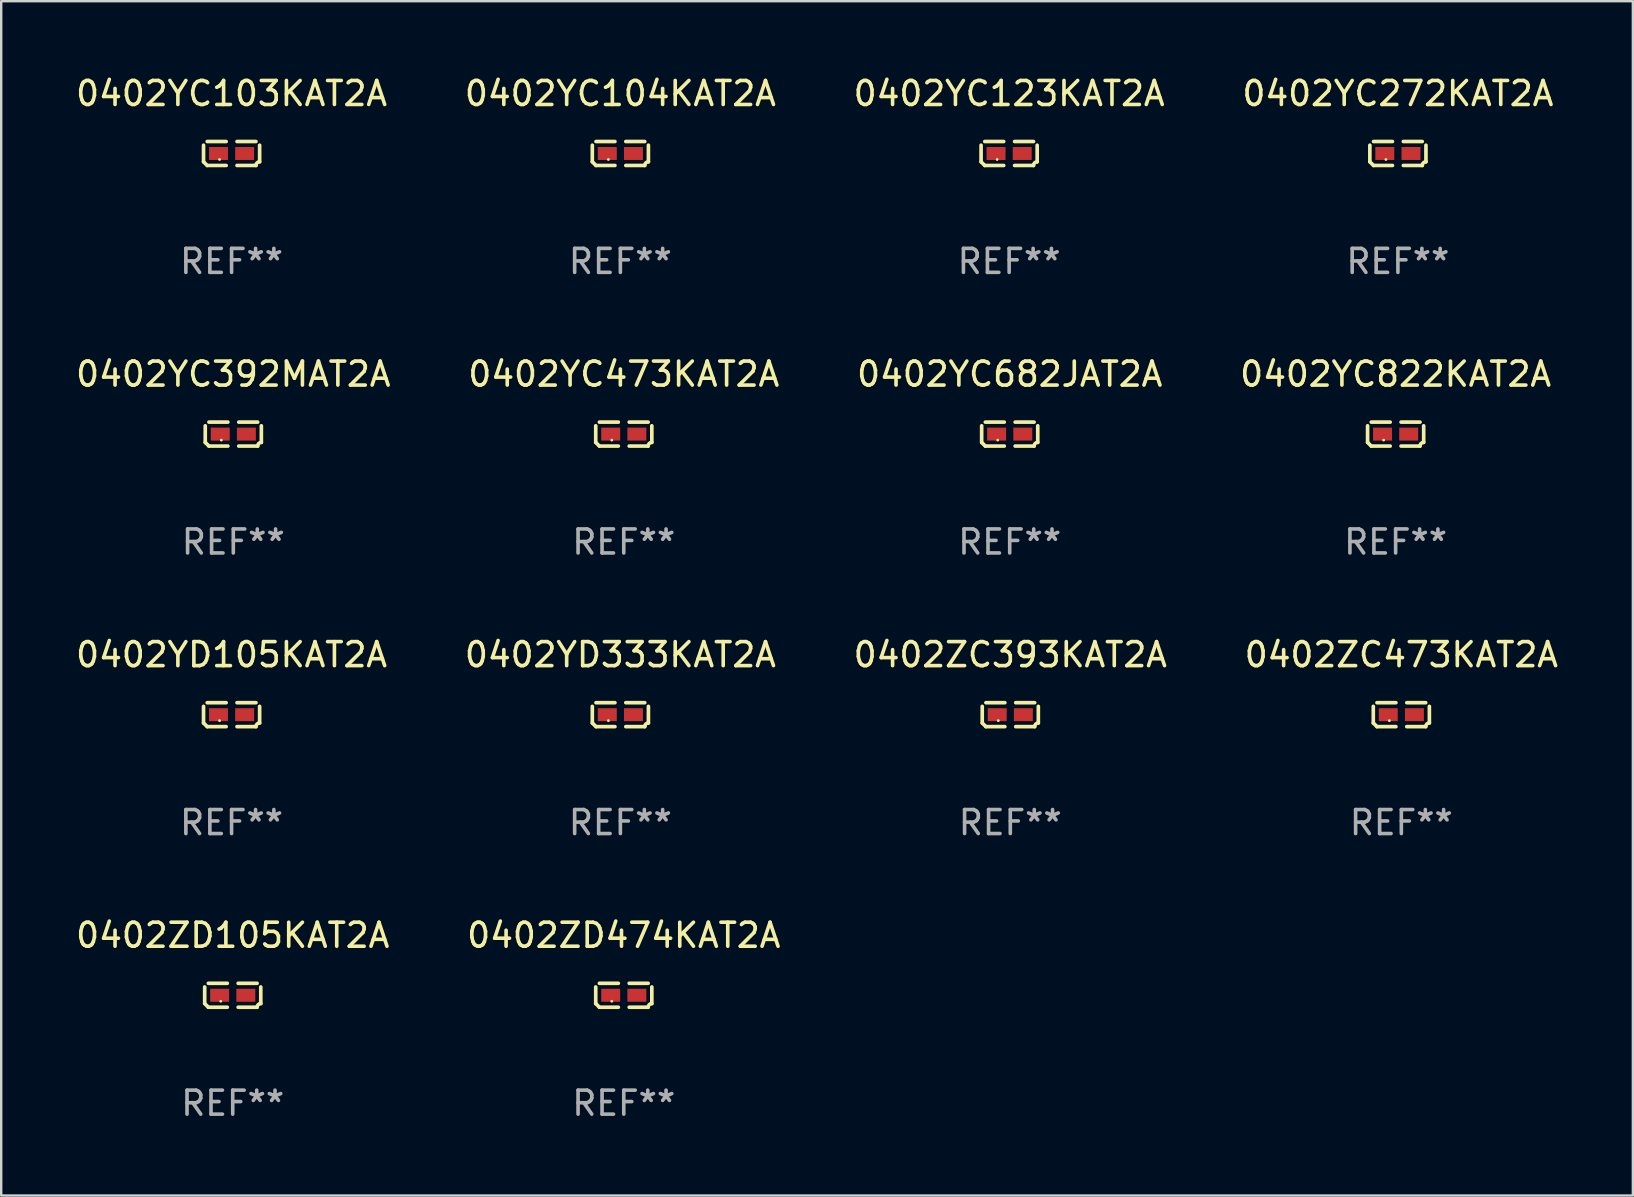
<source format=kicad_pcb>
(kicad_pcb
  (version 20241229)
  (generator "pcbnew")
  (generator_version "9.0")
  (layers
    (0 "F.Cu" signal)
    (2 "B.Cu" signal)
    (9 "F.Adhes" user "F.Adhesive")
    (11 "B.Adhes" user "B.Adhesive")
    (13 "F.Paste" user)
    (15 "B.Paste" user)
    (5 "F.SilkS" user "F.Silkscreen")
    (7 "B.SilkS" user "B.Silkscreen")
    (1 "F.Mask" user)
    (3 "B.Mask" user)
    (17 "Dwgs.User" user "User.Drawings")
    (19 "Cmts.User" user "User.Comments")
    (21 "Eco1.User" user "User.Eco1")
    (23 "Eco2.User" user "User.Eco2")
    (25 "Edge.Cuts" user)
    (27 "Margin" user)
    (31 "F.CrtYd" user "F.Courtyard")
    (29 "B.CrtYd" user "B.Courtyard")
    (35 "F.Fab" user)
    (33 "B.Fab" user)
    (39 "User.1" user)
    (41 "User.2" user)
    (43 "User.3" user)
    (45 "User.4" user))
  (footprint "0402YD333KAT2A"
    (layer "F.Cu")
    (at 22.804 26.734)
    (property "Reference" "0402YD333KAT2A" (at 0 -2.499 0) (layer "F.SilkS") (effects (font (size 1 1) (thickness 0.15))))
    (attr through_hole)
    (fp_line (start -1.169 0.346) (end -1.169 -0.346) (stroke (width 0.152) (type solid)) (layer "F.SilkS"))
    (fp_line (start -1.016 -0.499) (end -0.226 -0.499) (stroke (width 0.152) (type solid)) (layer "F.SilkS"))
    (fp_line (start -0.226 0.499) (end -1.016 0.499) (stroke (width 0.152) (type solid)) (layer "F.SilkS"))
    (fp_line (start 0.226 0.499) (end 1.016 0.499) (stroke (width 0.152) (type solid)) (layer "F.SilkS"))
    (fp_line (start 1.016 -0.499) (end 0.226 -0.499) (stroke (width 0.152) (type solid)) (layer "F.SilkS"))
    (fp_line (start 1.169 0.346) (end 1.169 -0.346) (stroke (width 0.152) (type solid)) (layer "F.SilkS"))
    (fp_arc (start -1.016307 0.498603) (mid -1.092512 0.422405) (end -1.16871 0.3462) (stroke (width 0.1524) (type solid)) (layer "F.SilkS"))
    (fp_arc (start 1.016307 0.498603) (mid 1.060899 0.390758) (end 1.168707 0.346076) (stroke (width 0.1524) (type solid)) (layer "F.SilkS"))
    (fp_circle (center -0.5 0.25) (end -0.47 0.25) (stroke (width 0.06) (type solid)) (fill no) (layer "F.SilkS"))
    (fp_text user "REF**" (at 0 4.499 0) (layer "F.Fab") (effects (font (size 1 1) (thickness 0.15))))
    (pad "1" smd rect (at -0.545 0) (size 0.79 0.54) (layers "F.Cu" "F.Mask" "F.Paste"))
    (pad "2" smd rect (at 0.545 0) (size 0.79 0.54) (layers "F.Cu" "F.Mask" "F.Paste")))
  (footprint "0402ZC393KAT2A"
    (layer "F.Cu")
    (at 39.054 26.734)
    (property "Reference" "0402ZC393KAT2A" (at 0 -2.499 0) (layer "F.SilkS") (effects (font (size 1 1) (thickness 0.15))))
    (attr through_hole)
    (fp_line (start -1.169 0.346) (end -1.169 -0.346) (stroke (width 0.152) (type solid)) (layer "F.SilkS"))
    (fp_line (start -1.016 -0.499) (end -0.226 -0.499) (stroke (width 0.152) (type solid)) (layer "F.SilkS"))
    (fp_line (start -0.226 0.499) (end -1.016 0.499) (stroke (width 0.152) (type solid)) (layer "F.SilkS"))
    (fp_line (start 0.226 0.499) (end 1.016 0.499) (stroke (width 0.152) (type solid)) (layer "F.SilkS"))
    (fp_line (start 1.016 -0.499) (end 0.226 -0.499) (stroke (width 0.152) (type solid)) (layer "F.SilkS"))
    (fp_line (start 1.169 0.346) (end 1.169 -0.346) (stroke (width 0.152) (type solid)) (layer "F.SilkS"))
    (fp_arc (start -1.016307 0.498603) (mid -1.092512 0.422405) (end -1.16871 0.3462) (stroke (width 0.1524) (type solid)) (layer "F.SilkS"))
    (fp_arc (start 1.016307 0.498603) (mid 1.060899 0.390758) (end 1.168707 0.346076) (stroke (width 0.1524) (type solid)) (layer "F.SilkS"))
    (fp_circle (center -0.5 0.25) (end -0.47 0.25) (stroke (width 0.06) (type solid)) (fill no) (layer "F.SilkS"))
    (fp_text user "REF**" (at 0 4.499 0) (layer "F.Fab") (effects (font (size 1 1) (thickness 0.15))))
    (pad "1" smd rect (at -0.545 0) (size 0.79 0.54) (layers "F.Cu" "F.Mask" "F.Paste"))
    (pad "2" smd rect (at 0.545 0) (size 0.79 0.54) (layers "F.Cu" "F.Mask" "F.Paste")))
  (footprint "0402YC103KAT2A"
    (layer "F.Cu")
    (at 6.601 3.347)
    (property "Reference" "0402YC103KAT2A" (at 0 -2.499 0) (layer "F.SilkS") (effects (font (size 1 1) (thickness 0.15))))
    (attr through_hole)
    (fp_line (start -1.169 0.346) (end -1.169 -0.346) (stroke (width 0.152) (type solid)) (layer "F.SilkS"))
    (fp_line (start -1.016 -0.499) (end -0.226 -0.499) (stroke (width 0.152) (type solid)) (layer "F.SilkS"))
    (fp_line (start -0.226 0.499) (end -1.016 0.499) (stroke (width 0.152) (type solid)) (layer "F.SilkS"))
    (fp_line (start 0.226 0.499) (end 1.016 0.499) (stroke (width 0.152) (type solid)) (layer "F.SilkS"))
    (fp_line (start 1.016 -0.499) (end 0.226 -0.499) (stroke (width 0.152) (type solid)) (layer "F.SilkS"))
    (fp_line (start 1.169 0.346) (end 1.169 -0.346) (stroke (width 0.152) (type solid)) (layer "F.SilkS"))
    (fp_arc (start -1.016307 0.498603) (mid -1.092512 0.422405) (end -1.16871 0.3462) (stroke (width 0.1524) (type solid)) (layer "F.SilkS"))
    (fp_arc (start 1.016307 0.498603) (mid 1.060899 0.390758) (end 1.168707 0.346076) (stroke (width 0.1524) (type solid)) (layer "F.SilkS"))
    (fp_circle (center -0.5 0.25) (end -0.47 0.25) (stroke (width 0.06) (type solid)) (fill no) (layer "F.SilkS"))
    (fp_text user "REF**" (at 0 4.499 0) (layer "F.Fab") (effects (font (size 1 1) (thickness 0.15))))
    (pad "1" smd rect (at -0.545 0) (size 0.79 0.54) (layers "F.Cu" "F.Mask" "F.Paste"))
    (pad "2" smd rect (at 0.545 0) (size 0.79 0.54) (layers "F.Cu" "F.Mask" "F.Paste")))
  (footprint "0402YD105KAT2A"
    (layer "F.Cu")
    (at 6.601 26.734)
    (property "Reference" "0402YD105KAT2A" (at 0 -2.499 0) (layer "F.SilkS") (effects (font (size 1 1) (thickness 0.15))))
    (attr through_hole)
    (fp_line (start -1.169 0.346) (end -1.169 -0.346) (stroke (width 0.152) (type solid)) (layer "F.SilkS"))
    (fp_line (start -1.016 -0.499) (end -0.226 -0.499) (stroke (width 0.152) (type solid)) (layer "F.SilkS"))
    (fp_line (start -0.226 0.499) (end -1.016 0.499) (stroke (width 0.152) (type solid)) (layer "F.SilkS"))
    (fp_line (start 0.226 0.499) (end 1.016 0.499) (stroke (width 0.152) (type solid)) (layer "F.SilkS"))
    (fp_line (start 1.016 -0.499) (end 0.226 -0.499) (stroke (width 0.152) (type solid)) (layer "F.SilkS"))
    (fp_line (start 1.169 0.346) (end 1.169 -0.346) (stroke (width 0.152) (type solid)) (layer "F.SilkS"))
    (fp_arc (start -1.016307 0.498603) (mid -1.092512 0.422405) (end -1.16871 0.3462) (stroke (width 0.1524) (type solid)) (layer "F.SilkS"))
    (fp_arc (start 1.016307 0.498603) (mid 1.060899 0.390758) (end 1.168707 0.346076) (stroke (width 0.1524) (type solid)) (layer "F.SilkS"))
    (fp_circle (center -0.5 0.25) (end -0.47 0.25) (stroke (width 0.06) (type solid)) (fill no) (layer "F.SilkS"))
    (fp_text user "REF**" (at 0 4.499 0) (layer "F.Fab") (effects (font (size 1 1) (thickness 0.15))))
    (pad "1" smd rect (at -0.545 0) (size 0.79 0.54) (layers "F.Cu" "F.Mask" "F.Paste"))
    (pad "2" smd rect (at 0.545 0) (size 0.79 0.54) (layers "F.Cu" "F.Mask" "F.Paste")))
  (footprint "0402YC473KAT2A"
    (layer "F.Cu")
    (at 22.946 15.041)
    (property "Reference" "0402YC473KAT2A" (at 0 -2.499 0) (layer "F.SilkS") (effects (font (size 1 1) (thickness 0.15))))
    (attr through_hole)
    (fp_line (start -1.169 0.346) (end -1.169 -0.346) (stroke (width 0.152) (type solid)) (layer "F.SilkS"))
    (fp_line (start -1.016 -0.499) (end -0.226 -0.499) (stroke (width 0.152) (type solid)) (layer "F.SilkS"))
    (fp_line (start -0.226 0.499) (end -1.016 0.499) (stroke (width 0.152) (type solid)) (layer "F.SilkS"))
    (fp_line (start 0.226 0.499) (end 1.016 0.499) (stroke (width 0.152) (type solid)) (layer "F.SilkS"))
    (fp_line (start 1.016 -0.499) (end 0.226 -0.499) (stroke (width 0.152) (type solid)) (layer "F.SilkS"))
    (fp_line (start 1.169 0.346) (end 1.169 -0.346) (stroke (width 0.152) (type solid)) (layer "F.SilkS"))
    (fp_arc (start -1.016307 0.498603) (mid -1.092512 0.422405) (end -1.16871 0.3462) (stroke (width 0.1524) (type solid)) (layer "F.SilkS"))
    (fp_arc (start 1.016307 0.498603) (mid 1.060899 0.390758) (end 1.168707 0.346076) (stroke (width 0.1524) (type solid)) (layer "F.SilkS"))
    (fp_circle (center -0.5 0.25) (end -0.47 0.25) (stroke (width 0.06) (type solid)) (fill no) (layer "F.SilkS"))
    (fp_text user "REF**" (at 0 4.499 0) (layer "F.Fab") (effects (font (size 1 1) (thickness 0.15))))
    (pad "1" smd rect (at -0.545 0) (size 0.79 0.54) (layers "F.Cu" "F.Mask" "F.Paste"))
    (pad "2" smd rect (at 0.545 0) (size 0.79 0.54) (layers "F.Cu" "F.Mask" "F.Paste")))
  (footprint "0402ZD105KAT2A"
    (layer "F.Cu")
    (at 6.649 38.428)
    (property "Reference" "0402ZD105KAT2A" (at 0 -2.499 0) (layer "F.SilkS") (effects (font (size 1 1) (thickness 0.15))))
    (attr through_hole)
    (fp_line (start -1.169 0.346) (end -1.169 -0.346) (stroke (width 0.152) (type solid)) (layer "F.SilkS"))
    (fp_line (start -1.016 -0.499) (end -0.226 -0.499) (stroke (width 0.152) (type solid)) (layer "F.SilkS"))
    (fp_line (start -0.226 0.499) (end -1.016 0.499) (stroke (width 0.152) (type solid)) (layer "F.SilkS"))
    (fp_line (start 0.226 0.499) (end 1.016 0.499) (stroke (width 0.152) (type solid)) (layer "F.SilkS"))
    (fp_line (start 1.016 -0.499) (end 0.226 -0.499) (stroke (width 0.152) (type solid)) (layer "F.SilkS"))
    (fp_line (start 1.169 0.346) (end 1.169 -0.346) (stroke (width 0.152) (type solid)) (layer "F.SilkS"))
    (fp_arc (start -1.016307 0.498603) (mid -1.092512 0.422405) (end -1.16871 0.3462) (stroke (width 0.1524) (type solid)) (layer "F.SilkS"))
    (fp_arc (start 1.016307 0.498603) (mid 1.060899 0.390758) (end 1.168707 0.346076) (stroke (width 0.1524) (type solid)) (layer "F.SilkS"))
    (fp_circle (center -0.5 0.25) (end -0.47 0.25) (stroke (width 0.06) (type solid)) (fill no) (layer "F.SilkS"))
    (fp_text user "REF**" (at 0 4.499 0) (layer "F.Fab") (effects (font (size 1 1) (thickness 0.15))))
    (pad "1" smd rect (at -0.545 0) (size 0.79 0.54) (layers "F.Cu" "F.Mask" "F.Paste"))
    (pad "2" smd rect (at 0.545 0) (size 0.79 0.54) (layers "F.Cu" "F.Mask" "F.Paste")))
  (footprint "0402YC272KAT2A"
    (layer "F.Cu")
    (at 55.208 3.347)
    (property "Reference" "0402YC272KAT2A" (at 0 -2.499 0) (layer "F.SilkS") (effects (font (size 1 1) (thickness 0.15))))
    (attr through_hole)
    (fp_line (start -1.169 0.346) (end -1.169 -0.346) (stroke (width 0.152) (type solid)) (layer "F.SilkS"))
    (fp_line (start -1.016 -0.499) (end -0.226 -0.499) (stroke (width 0.152) (type solid)) (layer "F.SilkS"))
    (fp_line (start -0.226 0.499) (end -1.016 0.499) (stroke (width 0.152) (type solid)) (layer "F.SilkS"))
    (fp_line (start 0.226 0.499) (end 1.016 0.499) (stroke (width 0.152) (type solid)) (layer "F.SilkS"))
    (fp_line (start 1.016 -0.499) (end 0.226 -0.499) (stroke (width 0.152) (type solid)) (layer "F.SilkS"))
    (fp_line (start 1.169 0.346) (end 1.169 -0.346) (stroke (width 0.152) (type solid)) (layer "F.SilkS"))
    (fp_arc (start -1.016307 0.498603) (mid -1.092512 0.422405) (end -1.16871 0.3462) (stroke (width 0.1524) (type solid)) (layer "F.SilkS"))
    (fp_arc (start 1.016307 0.498603) (mid 1.060899 0.390758) (end 1.168707 0.346076) (stroke (width 0.1524) (type solid)) (layer "F.SilkS"))
    (fp_circle (center -0.5 0.25) (end -0.47 0.25) (stroke (width 0.06) (type solid)) (fill no) (layer "F.SilkS"))
    (fp_text user "REF**" (at 0 4.499 0) (layer "F.Fab") (effects (font (size 1 1) (thickness 0.15))))
    (pad "1" smd rect (at -0.545 0) (size 0.79 0.54) (layers "F.Cu" "F.Mask" "F.Paste"))
    (pad "2" smd rect (at 0.545 0) (size 0.79 0.54) (layers "F.Cu" "F.Mask" "F.Paste")))
  (footprint "0402YC123KAT2A"
    (layer "F.Cu")
    (at 39.006 3.347)
    (property "Reference" "0402YC123KAT2A" (at 0 -2.499 0) (layer "F.SilkS") (effects (font (size 1 1) (thickness 0.15))))
    (attr through_hole)
    (fp_line (start -1.169 0.346) (end -1.169 -0.346) (stroke (width 0.152) (type solid)) (layer "F.SilkS"))
    (fp_line (start -1.016 -0.499) (end -0.226 -0.499) (stroke (width 0.152) (type solid)) (layer "F.SilkS"))
    (fp_line (start -0.226 0.499) (end -1.016 0.499) (stroke (width 0.152) (type solid)) (layer "F.SilkS"))
    (fp_line (start 0.226 0.499) (end 1.016 0.499) (stroke (width 0.152) (type solid)) (layer "F.SilkS"))
    (fp_line (start 1.016 -0.499) (end 0.226 -0.499) (stroke (width 0.152) (type solid)) (layer "F.SilkS"))
    (fp_line (start 1.169 0.346) (end 1.169 -0.346) (stroke (width 0.152) (type solid)) (layer "F.SilkS"))
    (fp_arc (start -1.016307 0.498603) (mid -1.092512 0.422405) (end -1.16871 0.3462) (stroke (width 0.1524) (type solid)) (layer "F.SilkS"))
    (fp_arc (start 1.016307 0.498603) (mid 1.060899 0.390758) (end 1.168707 0.346076) (stroke (width 0.1524) (type solid)) (layer "F.SilkS"))
    (fp_circle (center -0.5 0.25) (end -0.47 0.25) (stroke (width 0.06) (type solid)) (fill no) (layer "F.SilkS"))
    (fp_text user "REF**" (at 0 4.499 0) (layer "F.Fab") (effects (font (size 1 1) (thickness 0.15))))
    (pad "1" smd rect (at -0.545 0) (size 0.79 0.54) (layers "F.Cu" "F.Mask" "F.Paste"))
    (pad "2" smd rect (at 0.545 0) (size 0.79 0.54) (layers "F.Cu" "F.Mask" "F.Paste")))
  (footprint "0402YC822KAT2A"
    (layer "F.Cu")
    (at 55.113 15.041)
    (property "Reference" "0402YC822KAT2A" (at 0 -2.499 0) (layer "F.SilkS") (effects (font (size 1 1) (thickness 0.15))))
    (attr through_hole)
    (fp_line (start -1.169 0.346) (end -1.169 -0.346) (stroke (width 0.152) (type solid)) (layer "F.SilkS"))
    (fp_line (start -1.016 -0.499) (end -0.226 -0.499) (stroke (width 0.152) (type solid)) (layer "F.SilkS"))
    (fp_line (start -0.226 0.499) (end -1.016 0.499) (stroke (width 0.152) (type solid)) (layer "F.SilkS"))
    (fp_line (start 0.226 0.499) (end 1.016 0.499) (stroke (width 0.152) (type solid)) (layer "F.SilkS"))
    (fp_line (start 1.016 -0.499) (end 0.226 -0.499) (stroke (width 0.152) (type solid)) (layer "F.SilkS"))
    (fp_line (start 1.169 0.346) (end 1.169 -0.346) (stroke (width 0.152) (type solid)) (layer "F.SilkS"))
    (fp_arc (start -1.016307 0.498603) (mid -1.092512 0.422405) (end -1.16871 0.3462) (stroke (width 0.1524) (type solid)) (layer "F.SilkS"))
    (fp_arc (start 1.016307 0.498603) (mid 1.060899 0.390758) (end 1.168707 0.346076) (stroke (width 0.1524) (type solid)) (layer "F.SilkS"))
    (fp_circle (center -0.5 0.25) (end -0.47 0.25) (stroke (width 0.06) (type solid)) (fill no) (layer "F.SilkS"))
    (fp_text user "REF**" (at 0 4.499 0) (layer "F.Fab") (effects (font (size 1 1) (thickness 0.15))))
    (pad "1" smd rect (at -0.545 0) (size 0.79 0.54) (layers "F.Cu" "F.Mask" "F.Paste"))
    (pad "2" smd rect (at 0.545 0) (size 0.79 0.54) (layers "F.Cu" "F.Mask" "F.Paste")))
  (footprint "0402YC104KAT2A"
    (layer "F.Cu")
    (at 22.804 3.347)
    (property "Reference" "0402YC104KAT2A" (at 0 -2.499 0) (layer "F.SilkS") (effects (font (size 1 1) (thickness 0.15))))
    (attr through_hole)
    (fp_line (start -1.169 0.346) (end -1.169 -0.346) (stroke (width 0.152) (type solid)) (layer "F.SilkS"))
    (fp_line (start -1.016 -0.499) (end -0.226 -0.499) (stroke (width 0.152) (type solid)) (layer "F.SilkS"))
    (fp_line (start -0.226 0.499) (end -1.016 0.499) (stroke (width 0.152) (type solid)) (layer "F.SilkS"))
    (fp_line (start 0.226 0.499) (end 1.016 0.499) (stroke (width 0.152) (type solid)) (layer "F.SilkS"))
    (fp_line (start 1.016 -0.499) (end 0.226 -0.499) (stroke (width 0.152) (type solid)) (layer "F.SilkS"))
    (fp_line (start 1.169 0.346) (end 1.169 -0.346) (stroke (width 0.152) (type solid)) (layer "F.SilkS"))
    (fp_arc (start -1.016307 0.498603) (mid -1.092512 0.422405) (end -1.16871 0.3462) (stroke (width 0.1524) (type solid)) (layer "F.SilkS"))
    (fp_arc (start 1.016307 0.498603) (mid 1.060899 0.390758) (end 1.168707 0.346076) (stroke (width 0.1524) (type solid)) (layer "F.SilkS"))
    (fp_circle (center -0.5 0.25) (end -0.47 0.25) (stroke (width 0.06) (type solid)) (fill no) (layer "F.SilkS"))
    (fp_text user "REF**" (at 0 4.499 0) (layer "F.Fab") (effects (font (size 1 1) (thickness 0.15))))
    (pad "1" smd rect (at -0.545 0) (size 0.79 0.54) (layers "F.Cu" "F.Mask" "F.Paste"))
    (pad "2" smd rect (at 0.545 0) (size 0.79 0.54) (layers "F.Cu" "F.Mask" "F.Paste")))
  (footprint "0402YC682JAT2A"
    (layer "F.Cu")
    (at 39.03 15.041)
    (property "Reference" "0402YC682JAT2A" (at 0 -2.499 0) (layer "F.SilkS") (effects (font (size 1 1) (thickness 0.15))))
    (attr through_hole)
    (fp_line (start -1.169 0.346) (end -1.169 -0.346) (stroke (width 0.152) (type solid)) (layer "F.SilkS"))
    (fp_line (start -1.016 -0.499) (end -0.226 -0.499) (stroke (width 0.152) (type solid)) (layer "F.SilkS"))
    (fp_line (start -0.226 0.499) (end -1.016 0.499) (stroke (width 0.152) (type solid)) (layer "F.SilkS"))
    (fp_line (start 0.226 0.499) (end 1.016 0.499) (stroke (width 0.152) (type solid)) (layer "F.SilkS"))
    (fp_line (start 1.016 -0.499) (end 0.226 -0.499) (stroke (width 0.152) (type solid)) (layer "F.SilkS"))
    (fp_line (start 1.169 0.346) (end 1.169 -0.346) (stroke (width 0.152) (type solid)) (layer "F.SilkS"))
    (fp_arc (start -1.016307 0.498603) (mid -1.092512 0.422405) (end -1.16871 0.3462) (stroke (width 0.1524) (type solid)) (layer "F.SilkS"))
    (fp_arc (start 1.016307 0.498603) (mid 1.060899 0.390758) (end 1.168707 0.346076) (stroke (width 0.1524) (type solid)) (layer "F.SilkS"))
    (fp_circle (center -0.5 0.25) (end -0.47 0.25) (stroke (width 0.06) (type solid)) (fill no) (layer "F.SilkS"))
    (fp_text user "REF**" (at 0 4.499 0) (layer "F.Fab") (effects (font (size 1 1) (thickness 0.15))))
    (pad "1" smd rect (at -0.545 0) (size 0.79 0.54) (layers "F.Cu" "F.Mask" "F.Paste"))
    (pad "2" smd rect (at 0.545 0) (size 0.79 0.54) (layers "F.Cu" "F.Mask" "F.Paste")))
  (footprint "0402ZC473KAT2A"
    (layer "F.Cu")
    (at 55.351 26.734)
    (property "Reference" "0402ZC473KAT2A" (at 0 -2.499 0) (layer "F.SilkS") (effects (font (size 1 1) (thickness 0.15))))
    (attr through_hole)
    (fp_line (start -1.169 0.346) (end -1.169 -0.346) (stroke (width 0.152) (type solid)) (layer "F.SilkS"))
    (fp_line (start -1.016 -0.499) (end -0.226 -0.499) (stroke (width 0.152) (type solid)) (layer "F.SilkS"))
    (fp_line (start -0.226 0.499) (end -1.016 0.499) (stroke (width 0.152) (type solid)) (layer "F.SilkS"))
    (fp_line (start 0.226 0.499) (end 1.016 0.499) (stroke (width 0.152) (type solid)) (layer "F.SilkS"))
    (fp_line (start 1.016 -0.499) (end 0.226 -0.499) (stroke (width 0.152) (type solid)) (layer "F.SilkS"))
    (fp_line (start 1.169 0.346) (end 1.169 -0.346) (stroke (width 0.152) (type solid)) (layer "F.SilkS"))
    (fp_arc (start -1.016307 0.498603) (mid -1.092512 0.422405) (end -1.16871 0.3462) (stroke (width 0.1524) (type solid)) (layer "F.SilkS"))
    (fp_arc (start 1.016307 0.498603) (mid 1.060899 0.390758) (end 1.168707 0.346076) (stroke (width 0.1524) (type solid)) (layer "F.SilkS"))
    (fp_circle (center -0.5 0.25) (end -0.47 0.25) (stroke (width 0.06) (type solid)) (fill no) (layer "F.SilkS"))
    (fp_text user "REF**" (at 0 4.499 0) (layer "F.Fab") (effects (font (size 1 1) (thickness 0.15))))
    (pad "1" smd rect (at -0.545 0) (size 0.79 0.54) (layers "F.Cu" "F.Mask" "F.Paste"))
    (pad "2" smd rect (at 0.545 0) (size 0.79 0.54) (layers "F.Cu" "F.Mask" "F.Paste")))
  (footprint "0402ZD474KAT2A"
    (layer "F.Cu")
    (at 22.946 38.428)
    (property "Reference" "0402ZD474KAT2A" (at 0 -2.499 0) (layer "F.SilkS") (effects (font (size 1 1) (thickness 0.15))))
    (attr through_hole)
    (fp_line (start -1.169 0.346) (end -1.169 -0.346) (stroke (width 0.152) (type solid)) (layer "F.SilkS"))
    (fp_line (start -1.016 -0.499) (end -0.226 -0.499) (stroke (width 0.152) (type solid)) (layer "F.SilkS"))
    (fp_line (start -0.226 0.499) (end -1.016 0.499) (stroke (width 0.152) (type solid)) (layer "F.SilkS"))
    (fp_line (start 0.226 0.499) (end 1.016 0.499) (stroke (width 0.152) (type solid)) (layer "F.SilkS"))
    (fp_line (start 1.016 -0.499) (end 0.226 -0.499) (stroke (width 0.152) (type solid)) (layer "F.SilkS"))
    (fp_line (start 1.169 0.346) (end 1.169 -0.346) (stroke (width 0.152) (type solid)) (layer "F.SilkS"))
    (fp_arc (start -1.016307 0.498603) (mid -1.092512 0.422405) (end -1.16871 0.3462) (stroke (width 0.1524) (type solid)) (layer "F.SilkS"))
    (fp_arc (start 1.016307 0.498603) (mid 1.060899 0.390758) (end 1.168707 0.346076) (stroke (width 0.1524) (type solid)) (layer "F.SilkS"))
    (fp_circle (center -0.5 0.25) (end -0.47 0.25) (stroke (width 0.06) (type solid)) (fill no) (layer "F.SilkS"))
    (fp_text user "REF**" (at 0 4.499 0) (layer "F.Fab") (effects (font (size 1 1) (thickness 0.15))))
    (pad "1" smd rect (at -0.545 0) (size 0.79 0.54) (layers "F.Cu" "F.Mask" "F.Paste"))
    (pad "2" smd rect (at 0.545 0) (size 0.79 0.54) (layers "F.Cu" "F.Mask" "F.Paste")))
  (footprint "0402YC392MAT2A"
    (layer "F.Cu")
    (at 6.673 15.041)
    (property "Reference" "0402YC392MAT2A" (at 0 -2.499 0) (layer "F.SilkS") (effects (font (size 1 1) (thickness 0.15))))
    (attr through_hole)
    (fp_line (start -1.169 0.346) (end -1.169 -0.346) (stroke (width 0.152) (type solid)) (layer "F.SilkS"))
    (fp_line (start -1.016 -0.499) (end -0.226 -0.499) (stroke (width 0.152) (type solid)) (layer "F.SilkS"))
    (fp_line (start -0.226 0.499) (end -1.016 0.499) (stroke (width 0.152) (type solid)) (layer "F.SilkS"))
    (fp_line (start 0.226 0.499) (end 1.016 0.499) (stroke (width 0.152) (type solid)) (layer "F.SilkS"))
    (fp_line (start 1.016 -0.499) (end 0.226 -0.499) (stroke (width 0.152) (type solid)) (layer "F.SilkS"))
    (fp_line (start 1.169 0.346) (end 1.169 -0.346) (stroke (width 0.152) (type solid)) (layer "F.SilkS"))
    (fp_arc (start -1.016307 0.498603) (mid -1.092512 0.422405) (end -1.16871 0.3462) (stroke (width 0.1524) (type solid)) (layer "F.SilkS"))
    (fp_arc (start 1.016307 0.498603) (mid 1.060899 0.390758) (end 1.168707 0.346076) (stroke (width 0.1524) (type solid)) (layer "F.SilkS"))
    (fp_circle (center -0.5 0.25) (end -0.47 0.25) (stroke (width 0.06) (type solid)) (fill no) (layer "F.SilkS"))
    (fp_text user "REF**" (at 0 4.499 0) (layer "F.Fab") (effects (font (size 1 1) (thickness 0.15))))
    (pad "1" smd rect (at -0.545 0) (size 0.79 0.54) (layers "F.Cu" "F.Mask" "F.Paste"))
    (pad "2" smd rect (at 0.545 0) (size 0.79 0.54) (layers "F.Cu" "F.Mask" "F.Paste")))
  (gr_rect
    (start -3 -3)
    (end 65 46.775)
    (stroke (width 0.1) (type default))
    (fill no)
    (layer "Edge.Cuts")))
</source>
